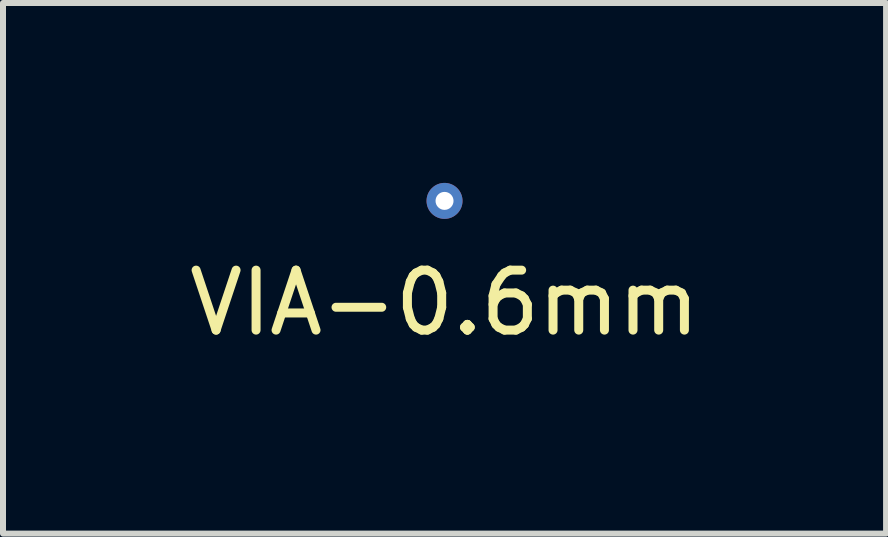
<source format=kicad_pcb>
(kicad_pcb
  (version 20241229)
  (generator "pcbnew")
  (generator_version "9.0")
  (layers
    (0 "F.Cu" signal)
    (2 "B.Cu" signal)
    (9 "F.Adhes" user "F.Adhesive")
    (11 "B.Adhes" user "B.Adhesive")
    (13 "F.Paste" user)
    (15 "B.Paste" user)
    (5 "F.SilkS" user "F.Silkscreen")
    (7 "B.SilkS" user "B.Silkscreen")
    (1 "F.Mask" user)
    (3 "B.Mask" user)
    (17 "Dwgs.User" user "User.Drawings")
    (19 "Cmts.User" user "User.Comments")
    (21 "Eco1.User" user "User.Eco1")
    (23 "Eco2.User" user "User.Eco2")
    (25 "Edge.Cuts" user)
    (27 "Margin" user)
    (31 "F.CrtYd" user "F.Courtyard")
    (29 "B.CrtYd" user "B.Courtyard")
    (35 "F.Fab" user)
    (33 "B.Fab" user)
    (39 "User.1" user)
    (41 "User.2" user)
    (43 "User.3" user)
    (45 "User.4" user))
  (footprint "VIA-0.6mm"
    (layer "F.Cu")
    (at 4.363 0.3)
    (property "Reference" "VIA-0.6mm" (at 0 1.7 0) (layer "F.SilkS") (effects (font (size 1 1) (thickness 0.15))))
    (attr through_hole)
    (pad "1" thru_hole circle (at 0 0) (size 0.6 0.6) (drill 0.3) (layers "*.Cu")))
  (gr_rect
    (start -3 -3)
    (end 11.726 5.848)
    (stroke (width 0.1) (type default))
    (fill no)
    (layer "Edge.Cuts")))
</source>
